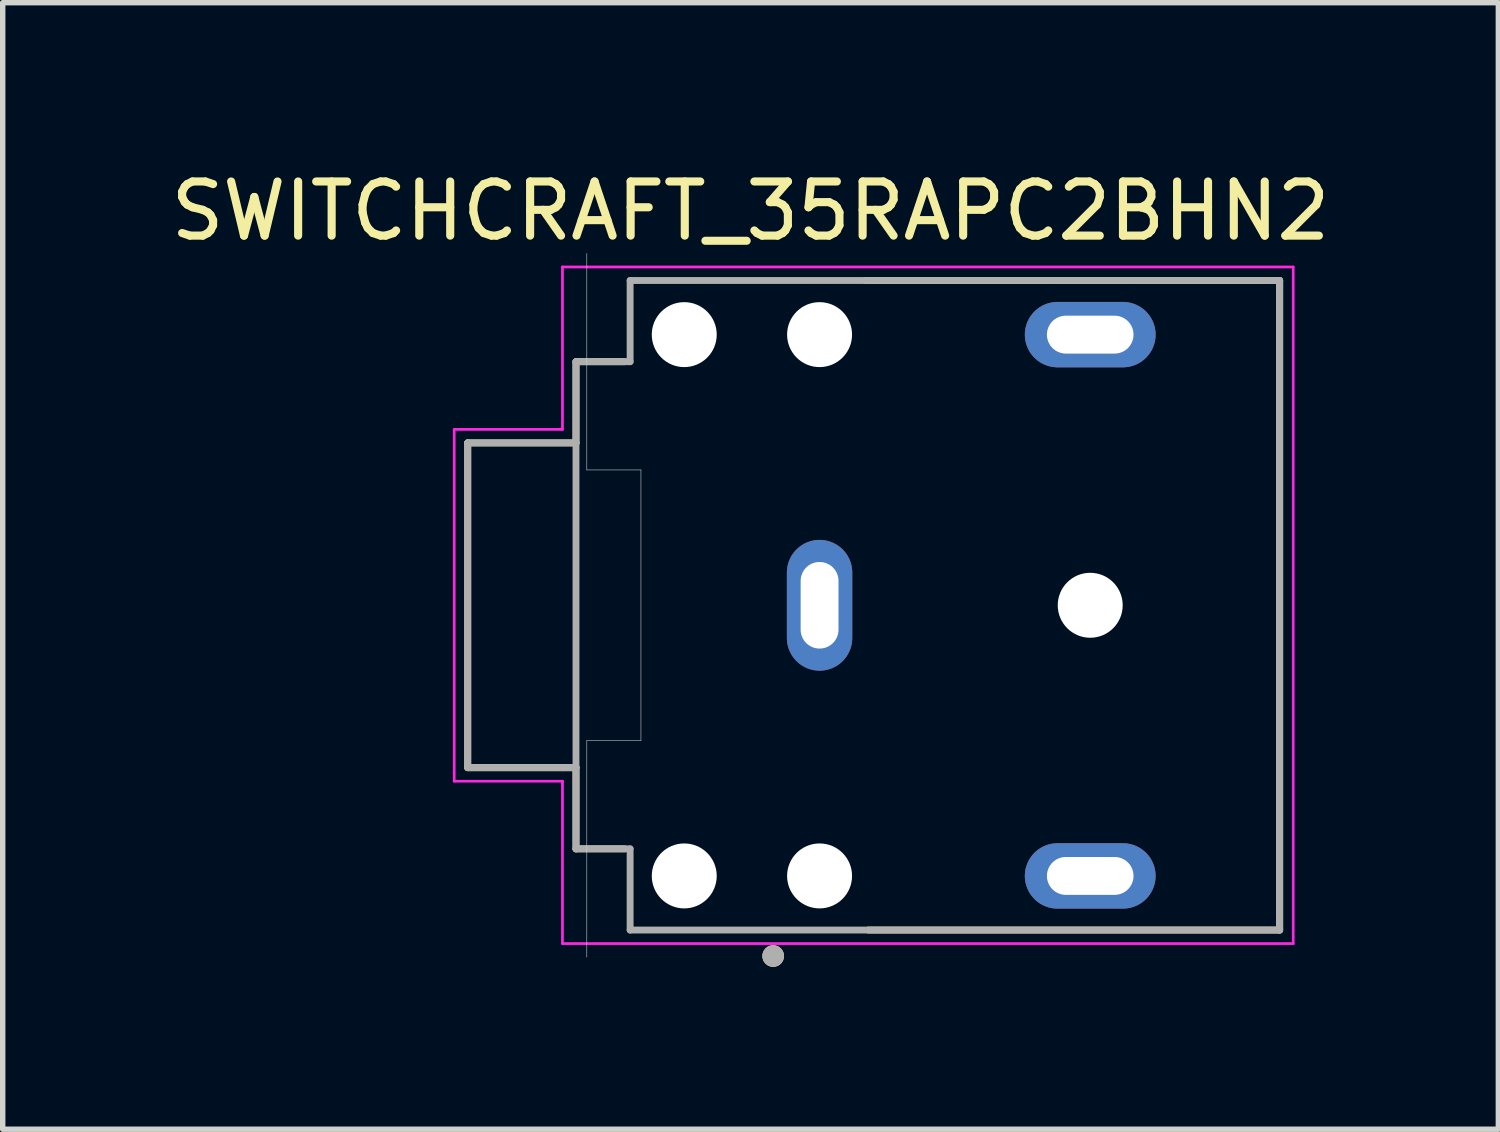
<source format=kicad_pcb>
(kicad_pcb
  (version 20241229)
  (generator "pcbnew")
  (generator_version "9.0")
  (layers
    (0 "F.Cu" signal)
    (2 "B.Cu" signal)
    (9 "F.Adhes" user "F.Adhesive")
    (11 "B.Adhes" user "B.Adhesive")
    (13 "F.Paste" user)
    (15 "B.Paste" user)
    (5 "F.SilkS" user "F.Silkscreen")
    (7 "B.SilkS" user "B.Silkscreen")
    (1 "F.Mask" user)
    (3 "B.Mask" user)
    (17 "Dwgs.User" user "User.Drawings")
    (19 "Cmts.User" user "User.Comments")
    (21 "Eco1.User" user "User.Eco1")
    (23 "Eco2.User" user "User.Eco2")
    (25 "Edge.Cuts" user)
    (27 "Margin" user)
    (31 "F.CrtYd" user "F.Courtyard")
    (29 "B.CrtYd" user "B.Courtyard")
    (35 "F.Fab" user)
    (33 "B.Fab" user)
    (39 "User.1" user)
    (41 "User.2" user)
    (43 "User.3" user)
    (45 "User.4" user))
  (footprint "SWITCHCRAFT_35RAPC2BHN2"
    (layer "F.Cu")
    (at 13.091 8.132)
    (property "Reference" "SWITCHCRAFT_35RAPC2BHN2" (at -2.276 -7.284 0) (layer "F.SilkS") (effects (font (size 1 1) (thickness 0.15))))
    (attr through_hole)
    (fp_circle (center -3.5 -5) (end -3.073 -5) (stroke (width 0.854) (type solid)) (fill no) (layer "F.Mask"))
    (fp_circle (center -3.5 5) (end -3.073 5) (stroke (width 0.854) (type solid)) (fill no) (layer "F.Mask"))
    (fp_circle (center -1 -5) (end -0.573 -5) (stroke (width 0.854) (type solid)) (fill no) (layer "F.Mask"))
    (fp_circle (center -1 5) (end -0.573 5) (stroke (width 0.854) (type solid)) (fill no) (layer "F.Mask"))
    (fp_circle (center 4 0) (end 4.427 0) (stroke (width 0.854) (type solid)) (fill no) (layer "F.Mask"))
    (fp_circle (center -3.5 -5) (end -3.073 -5) (stroke (width 0.854) (type solid)) (fill no) (layer "B.Mask"))
    (fp_circle (center -3.5 5) (end -3.073 5) (stroke (width 0.854) (type solid)) (fill no) (layer "B.Mask"))
    (fp_circle (center -1 -5) (end -0.573 -5) (stroke (width 0.854) (type solid)) (fill no) (layer "B.Mask"))
    (fp_circle (center -1 5) (end -0.573 5) (stroke (width 0.854) (type solid)) (fill no) (layer "B.Mask"))
    (fp_circle (center 4 0) (end 4.427 0) (stroke (width 0.854) (type solid)) (fill no) (layer "B.Mask"))
    (fp_line (start -7.5 -3) (end -5.5 -3) (stroke (width 0.127) (type solid)) (layer "F.SilkS"))
    (fp_line (start -7.5 3) (end -7.5 -3) (stroke (width 0.127) (type solid)) (layer "F.SilkS"))
    (fp_line (start -5.5 -3) (end -5.5 -4.5) (stroke (width 0.127) (type solid)) (layer "F.SilkS"))
    (fp_line (start -5.5 3) (end -7.5 3) (stroke (width 0.127) (type solid)) (layer "F.SilkS"))
    (fp_line (start -5.5 4.5) (end -5.5 3) (stroke (width 0.127) (type solid)) (layer "F.SilkS"))
    (fp_line (start -4.6 -4.5) (end -5.5 -4.5) (stroke (width 0.127) (type solid)) (layer "F.SilkS"))
    (fp_line (start -4.6 4.5) (end -5.5 4.5) (stroke (width 0.127) (type solid)) (layer "F.SilkS"))
    (fp_line (start -0.15 -6) (end 7.5 -6) (stroke (width 0.127) (type solid)) (layer "F.SilkS"))
    (fp_line (start 7.5 -6) (end 7.5 6) (stroke (width 0.127) (type solid)) (layer "F.SilkS"))
    (fp_line (start 7.5 6) (end -0.1 6) (stroke (width 0.127) (type solid)) (layer "F.SilkS"))
    (fp_circle (center -1.857 6.48) (end -1.757 6.48) (stroke (width 0.2) (type solid)) (fill no) (layer "F.SilkS"))
    (fp_line (start -5.3 -6.5) (end -5.3 -2.5) (stroke (width 0.01) (type solid)) (layer "Edge.Cuts"))
    (fp_line (start -5.3 -2.5) (end -4.3 -2.5) (stroke (width 0.01) (type solid)) (layer "Edge.Cuts"))
    (fp_line (start -5.3 2.5) (end -5.3 6.5) (stroke (width 0.01) (type solid)) (layer "Edge.Cuts"))
    (fp_line (start -4.3 -2.5) (end -4.3 2.5) (stroke (width 0.01) (type solid)) (layer "Edge.Cuts"))
    (fp_line (start -4.3 2.5) (end -5.3 2.5) (stroke (width 0.01) (type solid)) (layer "Edge.Cuts"))
    (fp_line (start -7.75 -3.25) (end -7.75 3.25) (stroke (width 0.05) (type solid)) (layer "F.CrtYd"))
    (fp_line (start -7.75 3.25) (end -5.75 3.25) (stroke (width 0.05) (type solid)) (layer "F.CrtYd"))
    (fp_line (start -5.75 -6.25) (end -5.75 -3.25) (stroke (width 0.05) (type solid)) (layer "F.CrtYd"))
    (fp_line (start -5.75 -3.25) (end -7.75 -3.25) (stroke (width 0.05) (type solid)) (layer "F.CrtYd"))
    (fp_line (start -5.75 3.25) (end -5.75 6.25) (stroke (width 0.05) (type solid)) (layer "F.CrtYd"))
    (fp_line (start -5.75 6.25) (end 7.75 6.25) (stroke (width 0.05) (type solid)) (layer "F.CrtYd"))
    (fp_line (start 7.75 -6.25) (end -5.75 -6.25) (stroke (width 0.05) (type solid)) (layer "F.CrtYd"))
    (fp_line (start 7.75 -6.25) (end 7.75 6.25) (stroke (width 0.05) (type solid)) (layer "F.CrtYd"))
    (fp_line (start -7.5 -3) (end -7.5 3) (stroke (width 0.127) (type solid)) (layer "F.Fab"))
    (fp_line (start -7.5 3) (end -5.5 3) (stroke (width 0.127) (type solid)) (layer "F.Fab"))
    (fp_line (start -5.5 -4.5) (end -5.5 -3) (stroke (width 0.127) (type solid)) (layer "F.Fab"))
    (fp_line (start -5.5 -3) (end -7.5 -3) (stroke (width 0.127) (type solid)) (layer "F.Fab"))
    (fp_line (start -5.5 -3) (end -5.5 3) (stroke (width 0.127) (type solid)) (layer "F.Fab"))
    (fp_line (start -5.5 3) (end -5.5 4.5) (stroke (width 0.127) (type solid)) (layer "F.Fab"))
    (fp_line (start -4.5 -6) (end -4.5 -4.5) (stroke (width 0.127) (type solid)) (layer "F.Fab"))
    (fp_line (start -4.5 -6) (end 7.5 -6) (stroke (width 0.127) (type solid)) (layer "F.Fab"))
    (fp_line (start -4.5 -4.5) (end -5.5 -4.5) (stroke (width 0.127) (type solid)) (layer "F.Fab"))
    (fp_line (start -4.5 4.5) (end -5.5 4.5) (stroke (width 0.127) (type solid)) (layer "F.Fab"))
    (fp_line (start -4.5 4.5) (end -4.5 6) (stroke (width 0.127) (type solid)) (layer "F.Fab"))
    (fp_line (start 7.5 -6) (end 7.5 6) (stroke (width 0.127) (type solid)) (layer "F.Fab"))
    (fp_line (start 7.5 6) (end -4.5 6) (stroke (width 0.127) (type solid)) (layer "F.Fab"))
    (fp_circle (center -1.857 6.48) (end -1.757 6.48) (stroke (width 0.2) (type solid)) (fill no) (layer "F.Fab"))
    (pad "" np_thru_hole circle (at -3.5 -5) (size 1.2 1.2) (drill 1.2) (layers "*.Cu" "*.Mask"))
    (pad "" np_thru_hole circle (at -3.5 5) (size 1.2 1.2) (drill 1.2) (layers "*.Cu" "*.Mask"))
    (pad "" np_thru_hole circle (at -1 -5) (size 1.2 1.2) (drill 1.2) (layers "*.Cu" "*.Mask"))
    (pad "" np_thru_hole circle (at -1 5) (size 1.2 1.2) (drill 1.2) (layers "*.Cu" "*.Mask"))
    (pad "" np_thru_hole circle (at 4 0) (size 1.2 1.2) (drill 1.2) (layers "*.Cu" "*.Mask"))
    (pad "1" thru_hole oval (at -1 0) (size 1.208 2.416) (drill oval 0.7 1.6) (layers "*.Cu" "*.Mask"))
    (pad "2" thru_hole oval (at 4 5) (size 2.416 1.208) (drill oval 1.6 0.7) (layers "*.Cu" "*.Mask"))
    (pad "3" thru_hole oval (at 4 -5) (size 2.416 1.208) (drill oval 1.6 0.7) (layers "*.Cu" "*.Mask")))
  (gr_rect
    (start -3 -3)
    (end 24.631 17.812)
    (stroke (width 0.1) (type default))
    (fill no)
    (layer "Edge.Cuts")))
</source>
